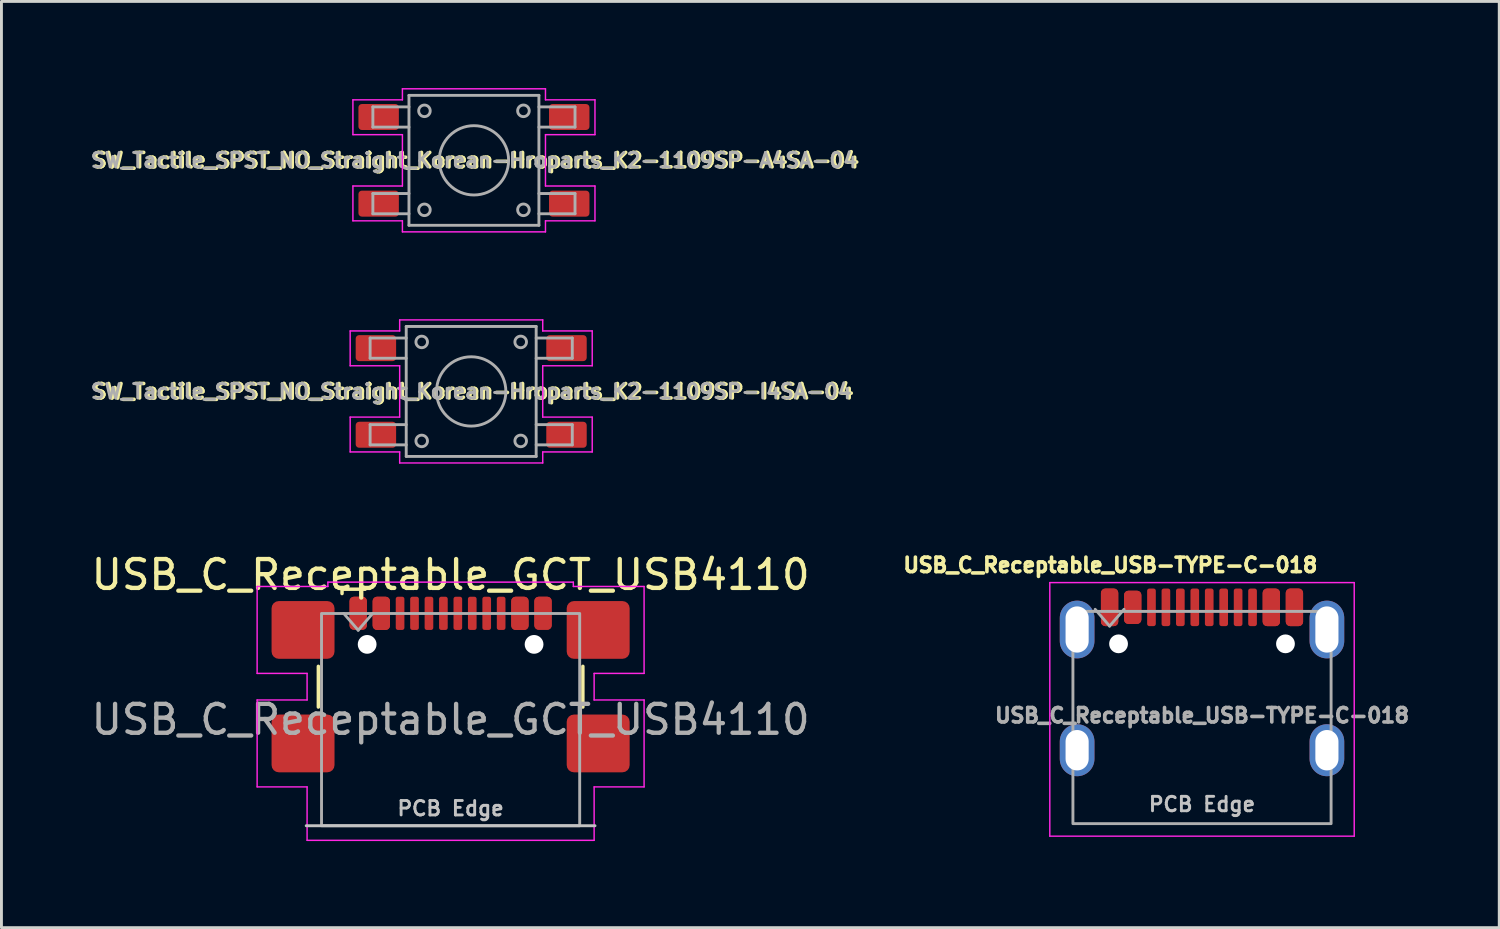
<source format=kicad_pcb>
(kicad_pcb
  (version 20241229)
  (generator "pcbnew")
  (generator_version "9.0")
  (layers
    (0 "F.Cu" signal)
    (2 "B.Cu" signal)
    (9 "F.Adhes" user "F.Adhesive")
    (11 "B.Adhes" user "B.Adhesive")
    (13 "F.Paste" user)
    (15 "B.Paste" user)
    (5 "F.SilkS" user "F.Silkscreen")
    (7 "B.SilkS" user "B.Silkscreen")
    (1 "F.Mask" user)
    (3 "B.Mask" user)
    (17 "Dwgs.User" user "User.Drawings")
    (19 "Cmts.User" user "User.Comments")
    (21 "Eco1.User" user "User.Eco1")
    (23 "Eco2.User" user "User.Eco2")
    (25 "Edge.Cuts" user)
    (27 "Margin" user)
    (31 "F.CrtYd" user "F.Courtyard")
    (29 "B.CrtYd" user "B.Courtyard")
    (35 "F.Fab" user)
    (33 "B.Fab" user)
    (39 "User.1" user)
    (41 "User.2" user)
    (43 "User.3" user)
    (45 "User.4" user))
  (footprint "SW_Tactile_SPST_NO_Straight_Korean-Hroparts_K2-1109SP-A4SA-04"
    (layer "F.Cu")
    (at 13.362 2.502)
    (property "Reference" "SW_Tactile_SPST_NO_Straight_Korean-Hroparts_K2-1109SP-A4SA-04" (at 0.064 0 0) (unlocked yes) (layer "F.SilkS") (effects (font (size 0.5 0.5) (thickness 0.125))))
    (attr smd)
    (fp_line (start -4.191 -2.095) (end -4.191 -0.889) (stroke (width 0.05) (type solid)) (layer "F.CrtYd"))
    (fp_line (start -4.191 2.095) (end -4.191 0.889) (stroke (width 0.05) (type solid)) (layer "F.CrtYd"))
    (fp_line (start -2.477 -2.477) (end -2.477 -2.095) (stroke (width 0.05) (type solid)) (layer "F.CrtYd"))
    (fp_line (start -2.477 -2.477) (end 2.477 -2.477) (stroke (width 0.05) (type solid)) (layer "F.CrtYd"))
    (fp_line (start -2.477 -2.095) (end -4.191 -2.095) (stroke (width 0.05) (type solid)) (layer "F.CrtYd"))
    (fp_line (start -2.477 -0.889) (end -4.191 -0.889) (stroke (width 0.05) (type solid)) (layer "F.CrtYd"))
    (fp_line (start -2.477 -0.889) (end -2.477 0.889) (stroke (width 0.05) (type solid)) (layer "F.CrtYd"))
    (fp_line (start -2.477 0.889) (end -4.191 0.889) (stroke (width 0.05) (type solid)) (layer "F.CrtYd"))
    (fp_line (start -2.477 2.095) (end -4.191 2.095) (stroke (width 0.05) (type solid)) (layer "F.CrtYd"))
    (fp_line (start -2.477 2.477) (end -2.477 2.095) (stroke (width 0.05) (type solid)) (layer "F.CrtYd"))
    (fp_line (start 2.477 -2.477) (end 2.477 -2.095) (stroke (width 0.05) (type solid)) (layer "F.CrtYd"))
    (fp_line (start 2.477 -2.095) (end 4.191 -2.095) (stroke (width 0.05) (type solid)) (layer "F.CrtYd"))
    (fp_line (start 2.477 -0.889) (end 2.477 0.889) (stroke (width 0.05) (type solid)) (layer "F.CrtYd"))
    (fp_line (start 2.477 -0.889) (end 4.191 -0.889) (stroke (width 0.05) (type solid)) (layer "F.CrtYd"))
    (fp_line (start 2.477 0.889) (end 4.191 0.889) (stroke (width 0.05) (type solid)) (layer "F.CrtYd"))
    (fp_line (start 2.477 2.095) (end 4.191 2.095) (stroke (width 0.05) (type solid)) (layer "F.CrtYd"))
    (fp_line (start 2.477 2.477) (end -2.477 2.477) (stroke (width 0.05) (type solid)) (layer "F.CrtYd"))
    (fp_line (start 2.477 2.477) (end 2.477 2.095) (stroke (width 0.05) (type solid)) (layer "F.CrtYd"))
    (fp_line (start 4.191 -2.095) (end 4.191 -0.889) (stroke (width 0.05) (type solid)) (layer "F.CrtYd"))
    (fp_line (start 4.191 2.095) (end 4.191 0.889) (stroke (width 0.05) (type solid)) (layer "F.CrtYd"))
    (fp_line (start -3.5 -1.85) (end -3.5 -1.15) (stroke (width 0.1) (type default)) (layer "F.Fab"))
    (fp_line (start -3.5 -1.15) (end -2.25 -1.15) (stroke (width 0.1) (type default)) (layer "F.Fab"))
    (fp_line (start -3.5 1.15) (end -3.5 1.85) (stroke (width 0.1) (type default)) (layer "F.Fab"))
    (fp_line (start -3.5 1.85) (end -2.25 1.85) (stroke (width 0.1) (type default)) (layer "F.Fab"))
    (fp_line (start -2.25 -2.25) (end -2.25 2.25) (stroke (width 0.1) (type default)) (layer "F.Fab"))
    (fp_line (start -2.25 -2.25) (end 2.25 -2.25) (stroke (width 0.1) (type default)) (layer "F.Fab"))
    (fp_line (start -2.25 -1.85) (end -3.5 -1.85) (stroke (width 0.1) (type default)) (layer "F.Fab"))
    (fp_line (start -2.25 1.15) (end -3.5 1.15) (stroke (width 0.1) (type default)) (layer "F.Fab"))
    (fp_line (start 2.25 -2.25) (end 2.25 2.25) (stroke (width 0.1) (type default)) (layer "F.Fab"))
    (fp_line (start 2.25 -1.85) (end 3.5 -1.85) (stroke (width 0.1) (type default)) (layer "F.Fab"))
    (fp_line (start 2.25 1.15) (end 3.5 1.15) (stroke (width 0.1) (type default)) (layer "F.Fab"))
    (fp_line (start 2.25 2.25) (end -2.25 2.25) (stroke (width 0.1) (type default)) (layer "F.Fab"))
    (fp_line (start 3.5 -1.85) (end 3.5 -1.15) (stroke (width 0.1) (type default)) (layer "F.Fab"))
    (fp_line (start 3.5 -1.15) (end 2.25 -1.15) (stroke (width 0.1) (type default)) (layer "F.Fab"))
    (fp_line (start 3.5 1.15) (end 3.5 1.85) (stroke (width 0.1) (type default)) (layer "F.Fab"))
    (fp_line (start 3.5 1.85) (end 2.25 1.85) (stroke (width 0.1) (type default)) (layer "F.Fab"))
    (fp_circle (center -1.714 -1.714) (end -1.514 -1.714) (stroke (width 0.1) (type default)) (fill no) (layer "F.Fab"))
    (fp_circle (center -1.714 1.714) (end -1.514 1.714) (stroke (width 0.1) (type default)) (fill no) (layer "F.Fab"))
    (fp_circle (center 0 0) (end 1.2 0) (stroke (width 0.1) (type default)) (fill no) (layer "F.Fab"))
    (fp_circle (center 1.714 -1.714) (end 1.915 -1.714) (stroke (width 0.1) (type default)) (fill no) (layer "F.Fab"))
    (fp_circle (center 1.714 1.714) (end 1.915 1.714) (stroke (width 0.1) (type default)) (fill no) (layer "F.Fab"))
    (fp_text user "${REFERENCE}" (at 0 0 0) (unlocked yes) (layer "F.Fab") (effects (font (size 0.5 0.5) (thickness 0.1))))
    (pad "1" smd roundrect (at -3.3 -1.5) (size 1.4 0.9) (layers "F.Cu" "F.Mask" "F.Paste") (roundrect_rratio 0.133))
    (pad "2" smd roundrect (at 3.3 -1.5) (size 1.4 0.9) (layers "F.Cu" "F.Mask" "F.Paste") (roundrect_rratio 0.133))
    (pad "3" smd roundrect (at -3.3 1.5) (size 1.4 0.9) (layers "F.Cu" "F.Mask" "F.Paste") (roundrect_rratio 0.133))
    (pad "4" smd roundrect (at 3.3 1.5) (size 1.4 0.9) (layers "F.Cu" "F.Mask" "F.Paste") (roundrect_rratio 0.133)))
  (footprint "USB_C_Receptable_GCT_USB4110"
    (layer "F.Cu")
    (at 12.554 21.869)
    (property "Reference" "USB_C_Receptable_GCT_USB4110" (at 0 -5.015 0) (unlocked yes) (layer "F.SilkS") (effects (font (size 1 1) (thickness 0.15))))
    (attr smd)
    (fp_line (start -4.58 -0.435) (end -4.58 -1.845) (stroke (width 0.12) (type default)) (layer "F.SilkS"))
    (fp_line (start -3.76 -4.515) (end -3.76 -4.365) (stroke (width 0.12) (type default)) (layer "F.SilkS"))
    (fp_line (start -2.96 -4.515) (end -3.76 -4.515) (stroke (width 0.12) (type default)) (layer "F.SilkS"))
    (fp_line (start 4.58 -0.435) (end 4.58 -1.845) (stroke (width 0.12) (type default)) (layer "F.SilkS"))
    (fp_line (start -5 3.675) (end 5 3.675) (stroke (width 0.1) (type default)) (layer "Dwgs.User"))
    (fp_line (start -6.7 -4.61) (end -4.25 -4.61) (stroke (width 0.05) (type default)) (layer "F.CrtYd"))
    (fp_line (start -6.7 -1.6) (end -6.7 -4.61) (stroke (width 0.05) (type default)) (layer "F.CrtYd"))
    (fp_line (start -6.7 -0.68) (end -4.97 -0.68) (stroke (width 0.05) (type default)) (layer "F.CrtYd"))
    (fp_line (start -6.7 2.33) (end -6.7 -0.68) (stroke (width 0.05) (type default)) (layer "F.CrtYd"))
    (fp_line (start -4.97 -1.6) (end -6.7 -1.6) (stroke (width 0.05) (type default)) (layer "F.CrtYd"))
    (fp_line (start -4.97 -0.68) (end -4.97 -1.6) (stroke (width 0.05) (type default)) (layer "F.CrtYd"))
    (fp_line (start -4.97 2.33) (end -6.7 2.33) (stroke (width 0.05) (type default)) (layer "F.CrtYd"))
    (fp_line (start -4.97 4.18) (end -4.97 2.33) (stroke (width 0.05) (type default)) (layer "F.CrtYd"))
    (fp_line (start -4.25 -4.76) (end 4.25 -4.76) (stroke (width 0.05) (type default)) (layer "F.CrtYd"))
    (fp_line (start -4.25 -4.61) (end -4.25 -4.76) (stroke (width 0.05) (type default)) (layer "F.CrtYd"))
    (fp_line (start 4.25 -4.76) (end 4.25 -4.61) (stroke (width 0.05) (type default)) (layer "F.CrtYd"))
    (fp_line (start 4.25 -4.61) (end 6.7 -4.61) (stroke (width 0.05) (type default)) (layer "F.CrtYd"))
    (fp_line (start 4.97 -1.6) (end 4.97 -0.68) (stroke (width 0.05) (type default)) (layer "F.CrtYd"))
    (fp_line (start 4.97 -0.68) (end 6.7 -0.68) (stroke (width 0.05) (type default)) (layer "F.CrtYd"))
    (fp_line (start 4.97 2.33) (end 4.97 4.18) (stroke (width 0.05) (type default)) (layer "F.CrtYd"))
    (fp_line (start 4.97 4.18) (end -4.97 4.18) (stroke (width 0.05) (type default)) (layer "F.CrtYd"))
    (fp_line (start 6.7 -4.61) (end 6.7 -1.6) (stroke (width 0.05) (type default)) (layer "F.CrtYd"))
    (fp_line (start 6.7 -1.6) (end 4.97 -1.6) (stroke (width 0.05) (type default)) (layer "F.CrtYd"))
    (fp_line (start 6.7 -0.68) (end 6.7 2.33) (stroke (width 0.05) (type default)) (layer "F.CrtYd"))
    (fp_line (start 6.7 2.33) (end 4.97 2.33) (stroke (width 0.05) (type default)) (layer "F.CrtYd"))
    (fp_line (start -3.7 -3.675) (end -3.2 -3.095) (stroke (width 0.1) (type default)) (layer "F.Fab"))
    (fp_line (start -3.2 -3.095) (end -2.7 -3.675) (stroke (width 0.1) (type default)) (layer "F.Fab"))
    (fp_rect (start -4.47 -3.675) (end 4.47 3.675) (stroke (width 0.1) (type default)) (fill no) (layer "F.Fab"))
    (fp_text user "PCB Edge" (at 0 3.075 0) (unlocked yes) (layer "Dwgs.User") (effects (font (size 0.5 0.5) (thickness 0.1) (bold yes))))
    (fp_text user "${REFERENCE}" (at 0 0 0) (unlocked yes) (layer "F.Fab") (effects (font (size 1 1) (thickness 0.15))))
    (pad "" np_thru_hole circle (at -2.89 -2.605) (size 0.65 0.65) (drill 0.65) (layers "*.Cu" "*.Mask"))
    (pad "" np_thru_hole circle (at 2.89 -2.605) (size 0.65 0.65) (drill 0.65) (layers "*.Cu" "*.Mask"))
    (pad "A1" smd roundrect (at -3.2 -3.683) (size 0.6 1.143) (layers "F.Cu" "F.Mask" "F.Paste") (roundrect_rratio 0.25))
    (pad "A4" smd roundrect (at -2.4 -3.68) (size 0.6 1.15) (layers "F.Cu" "F.Mask" "F.Paste") (roundrect_rratio 0.25))
    (pad "A5" smd roundrect (at -1.25 -3.68) (size 0.3 1.15) (layers "F.Cu" "F.Mask" "F.Paste") (roundrect_rratio 0.25))
    (pad "A6" smd roundrect (at -0.25 -3.68) (size 0.3 1.15) (layers "F.Cu" "F.Mask" "F.Paste") (roundrect_rratio 0.25))
    (pad "A7" smd roundrect (at 0.25 -3.68) (size 0.3 1.15) (layers "F.Cu" "F.Mask" "F.Paste") (roundrect_rratio 0.25))
    (pad "A8" smd roundrect (at 1.25 -3.68) (size 0.3 1.15) (layers "F.Cu" "F.Mask" "F.Paste") (roundrect_rratio 0.25))
    (pad "A9" smd roundrect (at 2.4 -3.68) (size 0.6 1.15) (layers "F.Cu" "F.Mask" "F.Paste") (roundrect_rratio 0.25))
    (pad "A12" smd roundrect (at 3.2 -3.683) (size 0.6 1.143) (layers "F.Cu" "F.Mask" "F.Paste") (roundrect_rratio 0.25))
    (pad "B1" smd roundrect (at 3.2 -3.683) (size 0.6 1.143) (layers "F.Cu" "F.Mask" "F.Paste") (roundrect_rratio 0.25))
    (pad "B4" smd roundrect (at 2.4 -3.68) (size 0.6 1.15) (layers "F.Cu" "F.Mask" "F.Paste") (roundrect_rratio 0.25))
    (pad "B5" smd roundrect (at 1.75 -3.68) (size 0.3 1.15) (layers "F.Cu" "F.Mask" "F.Paste") (roundrect_rratio 0.25))
    (pad "B6" smd roundrect (at 0.75 -3.68) (size 0.3 1.15) (layers "F.Cu" "F.Mask" "F.Paste") (roundrect_rratio 0.25))
    (pad "B7" smd roundrect (at -0.75 -3.68) (size 0.3 1.15) (layers "F.Cu" "F.Mask" "F.Paste") (roundrect_rratio 0.25))
    (pad "B8" smd roundrect (at -1.75 -3.68) (size 0.3 1.15) (layers "F.Cu" "F.Mask" "F.Paste") (roundrect_rratio 0.25))
    (pad "B9" smd roundrect (at -2.4 -3.68) (size 0.6 1.15) (layers "F.Cu" "F.Mask" "F.Paste") (roundrect_rratio 0.25))
    (pad "B12" smd roundrect (at -3.2 -3.683) (size 0.6 1.143) (layers "F.Cu" "F.Mask" "F.Paste") (roundrect_rratio 0.25))
    (pad "S1" smd roundrect (at -5.11 -3.105) (size 2.18 2) (layers "F.Cu" "F.Mask" "F.Paste") (roundrect_rratio 0.125))
    (pad "S1" smd roundrect (at -5.11 0.825) (size 2.18 2) (layers "F.Cu" "F.Mask" "F.Paste") (roundrect_rratio 0.125))
    (pad "S1" smd roundrect (at 5.11 -3.105) (size 2.18 2) (layers "F.Cu" "F.Mask" "F.Paste") (roundrect_rratio 0.125))
    (pad "S1" smd roundrect (at 5.11 0.825) (size 2.18 2) (layers "F.Cu" "F.Mask" "F.Paste") (roundrect_rratio 0.125)))
  (footprint "USB_C_Receptable_USB-TYPE-C-018"
    (layer "F.Cu")
    (at 38.574 21.725)
    (property "Reference" "USB_C_Receptable_USB-TYPE-C-018" (at -3.175 -5.207 0) (unlocked yes) (layer "F.SilkS") (effects (font (size 0.5 0.5) (thickness 0.125))))
    (attr through_hole)
    (fp_line (start -5.271 -4.6) (end 5.271 -4.6) (stroke (width 0.05) (type default)) (layer "F.CrtYd"))
    (fp_line (start -5.271 4.18) (end -5.271 -4.6) (stroke (width 0.05) (type default)) (layer "F.CrtYd"))
    (fp_line (start 5.271 -4.6) (end 5.271 4.18) (stroke (width 0.05) (type default)) (layer "F.CrtYd"))
    (fp_line (start 5.271 4.18) (end -5.271 4.18) (stroke (width 0.05) (type default)) (layer "F.CrtYd"))
    (fp_line (start -3.7 -3.675) (end -3.2 -3.095) (stroke (width 0.1) (type default)) (layer "F.Fab"))
    (fp_line (start -3.2 -3.095) (end -2.7 -3.675) (stroke (width 0.1) (type default)) (layer "F.Fab"))
    (fp_rect (start -4.47 -3.603) (end 4.47 3.747) (stroke (width 0.1) (type default)) (fill no) (layer "F.Fab"))
    (fp_text user "PCB Edge" (at 0 3.075 0) (unlocked yes) (layer "Dwgs.User") (effects (font (size 0.5 0.5) (thickness 0.1) (bold yes))))
    (fp_text user "${REFERENCE}" (at 0 0 0) (unlocked yes) (layer "F.Fab") (effects (font (size 0.5 0.5) (thickness 0.125))))
    (pad "" np_thru_hole circle (at -2.89 -2.48) (size 0.65 0.65) (drill 0.65) (layers "*.Cu" "*.Mask"))
    (pad "" np_thru_hole circle (at 2.89 -2.48) (size 0.65 0.65) (drill 0.65) (layers "*.Cu" "*.Mask"))
    (pad "A1" smd roundrect (at -3.2 -3.744) (size 0.6 1.3) (layers "F.Cu" "F.Mask" "F.Paste") (roundrect_rratio 0.25))
    (pad "A4" smd roundrect (at -2.4 -3.744) (size 0.6 1.15) (layers "F.Cu" "F.Mask" "F.Paste") (roundrect_rratio 0.25))
    (pad "A5" smd roundrect (at -1.25 -3.744) (size 0.3 1.3) (layers "F.Cu" "F.Mask" "F.Paste") (roundrect_rratio 0.25))
    (pad "A6" smd roundrect (at -0.25 -3.744) (size 0.3 1.3) (layers "F.Cu" "F.Mask" "F.Paste") (roundrect_rratio 0.25))
    (pad "A7" smd roundrect (at 0.25 -3.744) (size 0.3 1.3) (layers "F.Cu" "F.Mask" "F.Paste") (roundrect_rratio 0.25))
    (pad "A8" smd roundrect (at 1.25 -3.744) (size 0.3 1.3) (layers "F.Cu" "F.Mask" "F.Paste") (roundrect_rratio 0.25))
    (pad "A9" smd roundrect (at 2.4 -3.744) (size 0.6 1.3) (layers "F.Cu" "F.Mask" "F.Paste") (roundrect_rratio 0.25))
    (pad "A12" smd roundrect (at 3.2 -3.744) (size 0.6 1.3) (layers "F.Cu" "F.Mask" "F.Paste") (roundrect_rratio 0.25))
    (pad "B1" smd roundrect (at 3.2 -3.744) (size 0.6 1.3) (layers "F.Cu" "F.Mask" "F.Paste") (roundrect_rratio 0.25))
    (pad "B4" smd roundrect (at 2.4 -3.744) (size 0.6 1.3) (layers "F.Cu" "F.Mask" "F.Paste") (roundrect_rratio 0.25))
    (pad "B5" smd roundrect (at 1.75 -3.744) (size 0.3 1.3) (layers "F.Cu" "F.Mask" "F.Paste") (roundrect_rratio 0.25))
    (pad "B6" smd roundrect (at 0.75 -3.744) (size 0.3 1.3) (layers "F.Cu" "F.Mask" "F.Paste") (roundrect_rratio 0.25))
    (pad "B7" smd roundrect (at -0.75 -3.744) (size 0.3 1.3) (layers "F.Cu" "F.Mask" "F.Paste") (roundrect_rratio 0.25))
    (pad "B8" smd roundrect (at -1.75 -3.744) (size 0.3 1.3) (layers "F.Cu" "F.Mask" "F.Paste") (roundrect_rratio 0.25))
    (pad "B9" smd roundrect (at -2.4 -3.744) (size 0.6 1.15) (layers "F.Cu" "F.Mask" "F.Paste") (roundrect_rratio 0.25))
    (pad "B12" smd roundrect (at -3.2 -3.744) (size 0.6 1.3) (layers "F.Cu" "F.Mask" "F.Paste") (roundrect_rratio 0.25))
    (pad "S1" thru_hole oval (at -4.325 -2.976) (size 1.2 2) (drill oval 0.8 1.6) (layers "*.Cu" "*.Mask"))
    (pad "S1" thru_hole oval (at -4.325 1.204) (size 1.2 1.8) (drill oval 0.8 1.4) (layers "*.Cu" "*.Mask"))
    (pad "S1" thru_hole oval (at 4.325 -2.976) (size 1.2 2) (drill oval 0.8 1.6) (layers "*.Cu" "*.Mask"))
    (pad "S1" thru_hole oval (at 4.325 1.204) (size 1.2 1.8) (drill oval 0.8 1.4) (layers "*.Cu" "*.Mask")))
  (footprint "SW_Tactile_SPST_NO_Straight_Korean-Hroparts_K2-1109SP-I4SA-04"
    (layer "F.Cu")
    (at 13.267 10.505)
    (property "Reference" "SW_Tactile_SPST_NO_Straight_Korean-Hroparts_K2-1109SP-I4SA-04" (at 0.064 0 0) (unlocked yes) (layer "F.SilkS") (effects (font (size 0.5 0.5) (thickness 0.125))))
    (attr smd)
    (fp_line (start -4.191 -2.095) (end -4.191 -0.889) (stroke (width 0.05) (type solid)) (layer "F.CrtYd"))
    (fp_line (start -4.191 2.095) (end -4.191 0.889) (stroke (width 0.05) (type solid)) (layer "F.CrtYd"))
    (fp_line (start -2.477 -2.477) (end -2.477 -2.095) (stroke (width 0.05) (type solid)) (layer "F.CrtYd"))
    (fp_line (start -2.477 -2.477) (end 2.477 -2.477) (stroke (width 0.05) (type solid)) (layer "F.CrtYd"))
    (fp_line (start -2.477 -2.095) (end -4.191 -2.095) (stroke (width 0.05) (type solid)) (layer "F.CrtYd"))
    (fp_line (start -2.477 -0.889) (end -4.191 -0.889) (stroke (width 0.05) (type solid)) (layer "F.CrtYd"))
    (fp_line (start -2.477 -0.889) (end -2.477 0.889) (stroke (width 0.05) (type solid)) (layer "F.CrtYd"))
    (fp_line (start -2.477 0.889) (end -4.191 0.889) (stroke (width 0.05) (type solid)) (layer "F.CrtYd"))
    (fp_line (start -2.477 2.095) (end -4.191 2.095) (stroke (width 0.05) (type solid)) (layer "F.CrtYd"))
    (fp_line (start -2.477 2.477) (end -2.477 2.095) (stroke (width 0.05) (type solid)) (layer "F.CrtYd"))
    (fp_line (start 2.477 -2.477) (end 2.477 -2.095) (stroke (width 0.05) (type solid)) (layer "F.CrtYd"))
    (fp_line (start 2.477 -2.095) (end 4.191 -2.095) (stroke (width 0.05) (type solid)) (layer "F.CrtYd"))
    (fp_line (start 2.477 -0.889) (end 2.477 0.889) (stroke (width 0.05) (type solid)) (layer "F.CrtYd"))
    (fp_line (start 2.477 -0.889) (end 4.191 -0.889) (stroke (width 0.05) (type solid)) (layer "F.CrtYd"))
    (fp_line (start 2.477 0.889) (end 4.191 0.889) (stroke (width 0.05) (type solid)) (layer "F.CrtYd"))
    (fp_line (start 2.477 2.095) (end 4.191 2.095) (stroke (width 0.05) (type solid)) (layer "F.CrtYd"))
    (fp_line (start 2.477 2.477) (end -2.477 2.477) (stroke (width 0.05) (type solid)) (layer "F.CrtYd"))
    (fp_line (start 2.477 2.477) (end 2.477 2.095) (stroke (width 0.05) (type solid)) (layer "F.CrtYd"))
    (fp_line (start 4.191 -2.095) (end 4.191 -0.889) (stroke (width 0.05) (type solid)) (layer "F.CrtYd"))
    (fp_line (start 4.191 2.095) (end 4.191 0.889) (stroke (width 0.05) (type solid)) (layer "F.CrtYd"))
    (fp_line (start -3.5 -1.85) (end -3.5 -1.15) (stroke (width 0.1) (type default)) (layer "F.Fab"))
    (fp_line (start -3.5 -1.15) (end -2.25 -1.15) (stroke (width 0.1) (type default)) (layer "F.Fab"))
    (fp_line (start -3.5 1.15) (end -3.5 1.85) (stroke (width 0.1) (type default)) (layer "F.Fab"))
    (fp_line (start -3.5 1.85) (end -2.25 1.85) (stroke (width 0.1) (type default)) (layer "F.Fab"))
    (fp_line (start -2.25 -2.25) (end -2.25 2.25) (stroke (width 0.1) (type default)) (layer "F.Fab"))
    (fp_line (start -2.25 -2.25) (end 2.25 -2.25) (stroke (width 0.1) (type default)) (layer "F.Fab"))
    (fp_line (start -2.25 -1.85) (end -3.5 -1.85) (stroke (width 0.1) (type default)) (layer "F.Fab"))
    (fp_line (start -2.25 1.15) (end -3.5 1.15) (stroke (width 0.1) (type default)) (layer "F.Fab"))
    (fp_line (start 2.25 -2.25) (end 2.25 2.25) (stroke (width 0.1) (type default)) (layer "F.Fab"))
    (fp_line (start 2.25 -1.85) (end 3.5 -1.85) (stroke (width 0.1) (type default)) (layer "F.Fab"))
    (fp_line (start 2.25 1.15) (end 3.5 1.15) (stroke (width 0.1) (type default)) (layer "F.Fab"))
    (fp_line (start 2.25 2.25) (end -2.25 2.25) (stroke (width 0.1) (type default)) (layer "F.Fab"))
    (fp_line (start 3.5 -1.85) (end 3.5 -1.15) (stroke (width 0.1) (type default)) (layer "F.Fab"))
    (fp_line (start 3.5 -1.15) (end 2.25 -1.15) (stroke (width 0.1) (type default)) (layer "F.Fab"))
    (fp_line (start 3.5 1.15) (end 3.5 1.85) (stroke (width 0.1) (type default)) (layer "F.Fab"))
    (fp_line (start 3.5 1.85) (end 2.25 1.85) (stroke (width 0.1) (type default)) (layer "F.Fab"))
    (fp_circle (center -1.714 -1.714) (end -1.514 -1.714) (stroke (width 0.1) (type default)) (fill no) (layer "F.Fab"))
    (fp_circle (center -1.714 1.714) (end -1.514 1.714) (stroke (width 0.1) (type default)) (fill no) (layer "F.Fab"))
    (fp_circle (center 0 0) (end 1.2 0) (stroke (width 0.1) (type default)) (fill no) (layer "F.Fab"))
    (fp_circle (center 1.714 -1.714) (end 1.915 -1.714) (stroke (width 0.1) (type default)) (fill no) (layer "F.Fab"))
    (fp_circle (center 1.714 1.714) (end 1.915 1.714) (stroke (width 0.1) (type default)) (fill no) (layer "F.Fab"))
    (fp_text user "${REFERENCE}" (at 0 0 0) (unlocked yes) (layer "F.Fab") (effects (font (size 0.5 0.5) (thickness 0.1))))
    (pad "1" smd roundrect (at -3.3 -1.5) (size 1.4 0.9) (layers "F.Cu" "F.Mask" "F.Paste") (roundrect_rratio 0.133))
    (pad "2" smd roundrect (at 3.3 -1.5) (size 1.4 0.9) (layers "F.Cu" "F.Mask" "F.Paste") (roundrect_rratio 0.133))
    (pad "3" smd roundrect (at -3.3 1.5) (size 1.4 0.9) (layers "F.Cu" "F.Mask" "F.Paste") (roundrect_rratio 0.133))
    (pad "4" smd roundrect (at 3.3 1.5) (size 1.4 0.9) (layers "F.Cu" "F.Mask" "F.Paste") (roundrect_rratio 0.133)))
  (gr_rect
    (start -3 -3)
    (end 48.867 29.074)
    (stroke (width 0.1) (type default))
    (fill no)
    (layer "Edge.Cuts")))
</source>
